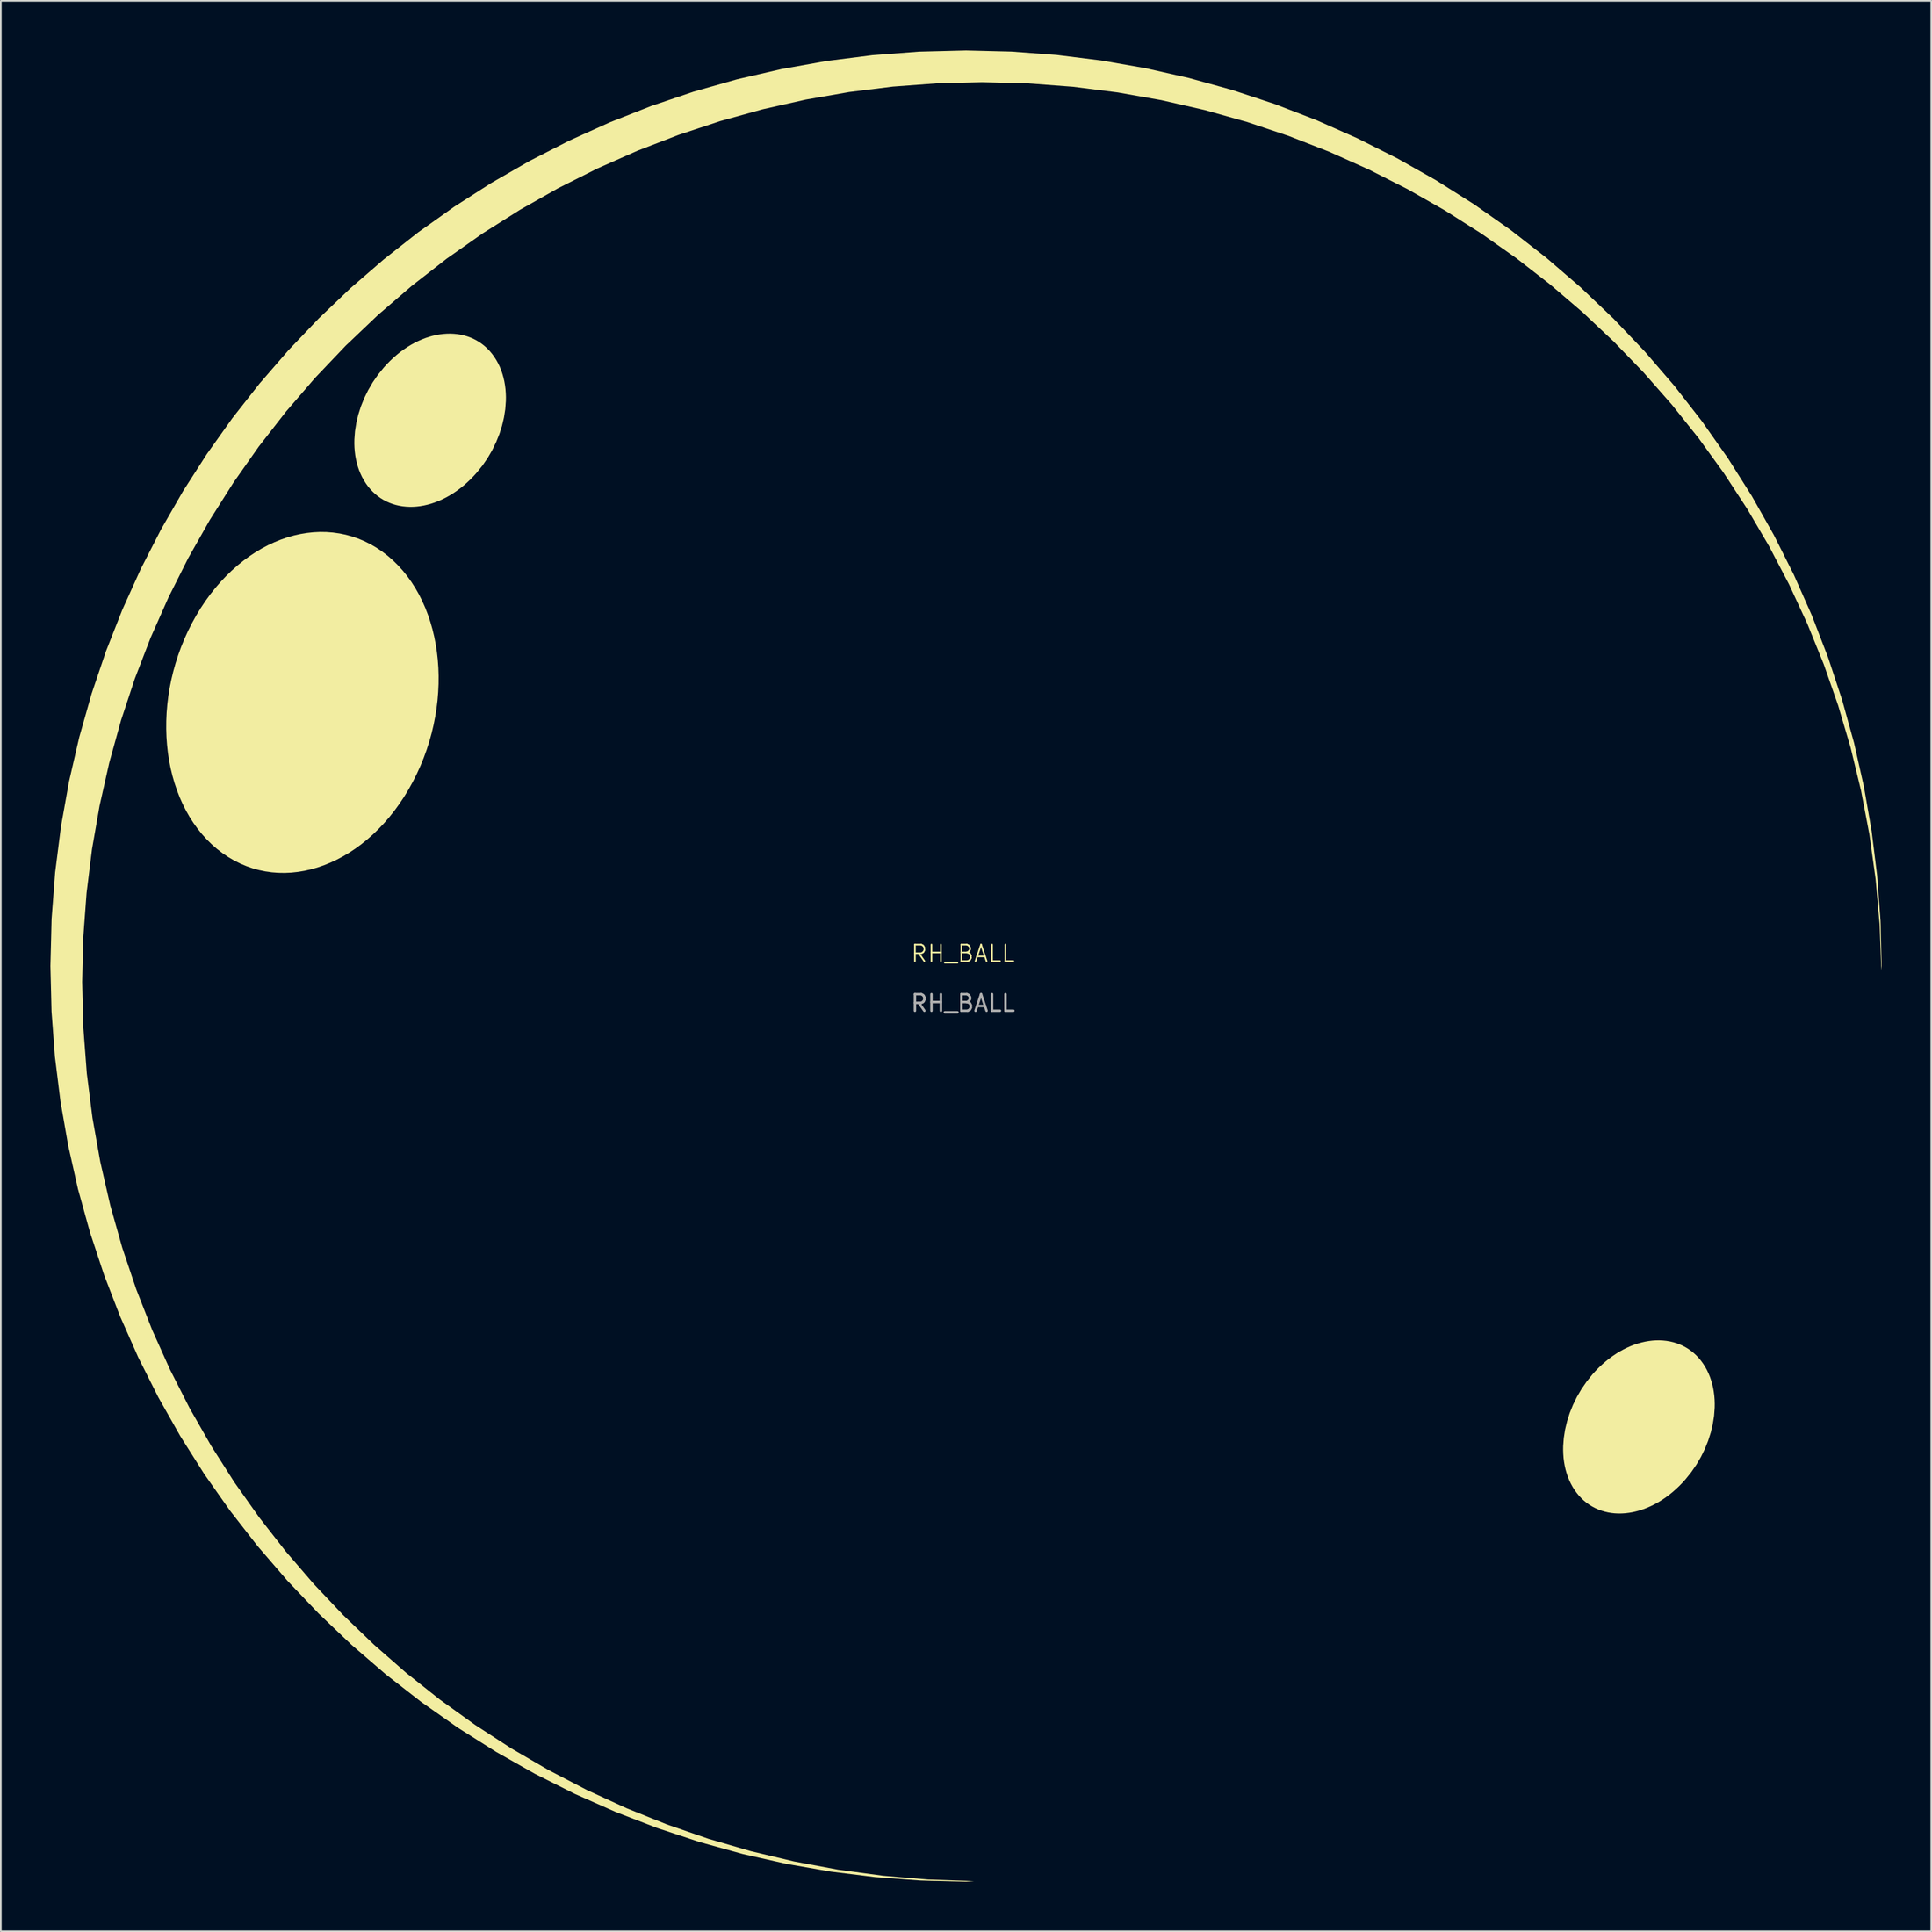
<source format=kicad_pcb>
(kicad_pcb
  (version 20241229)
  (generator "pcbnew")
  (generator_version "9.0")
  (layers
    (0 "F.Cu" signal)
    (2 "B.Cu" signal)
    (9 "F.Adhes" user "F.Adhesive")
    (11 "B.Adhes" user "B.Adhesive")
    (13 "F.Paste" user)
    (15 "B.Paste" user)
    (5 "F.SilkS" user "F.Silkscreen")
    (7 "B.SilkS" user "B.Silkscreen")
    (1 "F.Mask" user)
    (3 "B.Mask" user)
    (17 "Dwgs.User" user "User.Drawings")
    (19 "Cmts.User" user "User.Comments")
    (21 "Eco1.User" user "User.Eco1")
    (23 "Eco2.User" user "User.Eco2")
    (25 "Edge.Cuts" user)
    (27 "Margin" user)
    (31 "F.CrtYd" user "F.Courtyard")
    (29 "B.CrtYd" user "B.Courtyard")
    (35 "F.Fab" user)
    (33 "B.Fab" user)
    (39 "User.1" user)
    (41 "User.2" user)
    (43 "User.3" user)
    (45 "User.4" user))
  (footprint "RH_BALL"
    (layer "F.Cu")
    (at 55.198 55.132)
    (property "Reference" "RH_BALL" (at 0 -0.5 0) (unlocked yes) (layer "F.SilkS") (effects (font (size 1 1) (thickness 0.1))))
    (attr board_only exclude_from_pos_files exclude_from_bom)
    (fp_poly (pts (xy -30.772 -37.99) (xy -30.564 -37.968) (xy -30.361 -37.934) (xy -30.161 -37.888) (xy -29.966 -37.829) (xy -29.775 -37.759) (xy -29.59 -37.677) (xy -29.41 -37.582) (xy -29.236 -37.476) (xy -29.069 -37.357) (xy -28.908 -37.226) (xy -28.754 -37.083) (xy -28.608 -36.928) (xy -28.469 -36.76) (xy -28.34 -36.581) (xy -28.22 -36.391) (xy -28.111 -36.194) (xy -28.015 -35.991) (xy -27.929 -35.78) (xy -27.855 -35.564) (xy -27.793 -35.342) (xy -27.741 -35.116) (xy -27.7 -34.885) (xy -27.671 -34.649) (xy -27.652 -34.41) (xy -27.644 -34.168) (xy -27.647 -33.923) (xy -27.684 -33.427) (xy -27.763 -32.926) (xy -27.882 -32.423) (xy -28.042 -31.923) (xy -28.241 -31.429) (xy -28.479 -30.944) (xy -28.754 -30.472) (xy -29.067 -30.018) (xy -29.417 -29.584) (xy -29.605 -29.377) (xy -29.802 -29.175) (xy -30.005 -28.983) (xy -30.212 -28.803) (xy -30.422 -28.635) (xy -30.635 -28.479) (xy -30.85 -28.334) (xy -31.068 -28.201) (xy -31.287 -28.08) (xy -31.507 -27.971) (xy -31.728 -27.873) (xy -31.949 -27.788) (xy -32.17 -27.714) (xy -32.391 -27.653) (xy -32.611 -27.603) (xy -32.83 -27.565) (xy -33.048 -27.539) (xy -33.263 -27.525) (xy -33.476 -27.524) (xy -33.686 -27.534) (xy -33.894 -27.556) (xy -34.097 -27.59) (xy -34.297 -27.636) (xy -34.492 -27.694) (xy -34.683 -27.765) (xy -34.868 -27.847) (xy -35.048 -27.941) (xy -35.222 -28.048) (xy -35.389 -28.167) (xy -35.55 -28.298) (xy -35.704 -28.441) (xy -35.85 -28.596) (xy -35.989 -28.763) (xy -36.118 -28.943) (xy -36.238 -29.132) (xy -36.347 -29.329) (xy -36.443 -29.533) (xy -36.529 -29.743) (xy -36.603 -29.959) (xy -36.665 -30.181) (xy -36.717 -30.408) (xy -36.758 -30.639) (xy -36.787 -30.874) (xy -36.806 -31.113) (xy -36.814 -31.355) (xy -36.811 -31.6) (xy -36.774 -32.096) (xy -36.695 -32.597) (xy -36.576 -33.1) (xy -36.416 -33.601) (xy -36.217 -34.095) (xy -35.979 -34.58) (xy -35.704 -35.051) (xy -35.391 -35.506) (xy -35.041 -35.939) (xy -34.853 -36.147) (xy -34.656 -36.348) (xy -34.453 -36.54) (xy -34.246 -36.72) (xy -34.036 -36.889) (xy -33.823 -37.045) (xy -33.608 -37.19) (xy -33.39 -37.323) (xy -33.171 -37.444) (xy -32.951 -37.553) (xy -32.73 -37.65) (xy -32.509 -37.736) (xy -32.288 -37.809) (xy -32.067 -37.871) (xy -31.847 -37.921) (xy -31.628 -37.958) (xy -31.41 -37.984) (xy -31.195 -37.998) (xy -30.982 -38)) (stroke (width 0) (type solid)) (fill yes) (layer "F.SilkS"))
    (fp_poly (pts (xy 42.347 22.903) (xy 42.554 22.925) (xy 42.758 22.959) (xy 42.958 23.005) (xy 43.153 23.063) (xy 43.343 23.134) (xy 43.529 23.216) (xy 43.709 23.31) (xy 43.883 23.417) (xy 44.05 23.536) (xy 44.211 23.667) (xy 44.365 23.81) (xy 44.511 23.965) (xy 44.649 24.132) (xy 44.779 24.312) (xy 44.899 24.501) (xy 45.007 24.698) (xy 45.104 24.902) (xy 45.189 25.112) (xy 45.263 25.328) (xy 45.326 25.55) (xy 45.378 25.777) (xy 45.418 26.008) (xy 45.448 26.243) (xy 45.467 26.482) (xy 45.475 26.724) (xy 45.472 26.969) (xy 45.435 27.465) (xy 45.356 27.966) (xy 45.237 28.469) (xy 45.077 28.969) (xy 44.878 29.464) (xy 44.64 29.949) (xy 44.364 30.42) (xy 44.051 30.875) (xy 43.702 31.308) (xy 43.514 31.516) (xy 43.317 31.717) (xy 43.113 31.909) (xy 42.907 32.089) (xy 42.696 32.257) (xy 42.484 32.414) (xy 42.268 32.559) (xy 42.051 32.692) (xy 41.832 32.813) (xy 41.612 32.922) (xy 41.391 33.019) (xy 41.17 33.105) (xy 40.949 33.178) (xy 40.728 33.24) (xy 40.507 33.29) (xy 40.288 33.327) (xy 40.071 33.353) (xy 39.856 33.367) (xy 39.642 33.369) (xy 39.432 33.359) (xy 39.225 33.337) (xy 39.021 33.303) (xy 38.822 33.256) (xy 38.626 33.198) (xy 38.436 33.128) (xy 38.251 33.045) (xy 38.071 32.951) (xy 37.897 32.844) (xy 37.729 32.726) (xy 37.568 32.595) (xy 37.415 32.452) (xy 37.268 32.297) (xy 37.13 32.129) (xy 37 31.95) (xy 36.88 31.76) (xy 36.772 31.563) (xy 36.675 31.359) (xy 36.59 31.149) (xy 36.516 30.933) (xy 36.453 30.711) (xy 36.402 30.485) (xy 36.361 30.253) (xy 36.331 30.018) (xy 36.313 29.779) (xy 36.305 29.537) (xy 36.307 29.292) (xy 36.345 28.796) (xy 36.423 28.295) (xy 36.543 27.792) (xy 36.702 27.292) (xy 36.902 26.797) (xy 37.139 26.313) (xy 37.415 25.841) (xy 37.728 25.387) (xy 38.077 24.953) (xy 38.266 24.745) (xy 38.463 24.544) (xy 38.666 24.352) (xy 38.873 24.172) (xy 39.083 24.004) (xy 39.296 23.847) (xy 39.511 23.703) (xy 39.728 23.57) (xy 39.947 23.449) (xy 40.167 23.34) (xy 40.388 23.242) (xy 40.609 23.157) (xy 40.831 23.083) (xy 41.052 23.022) (xy 41.272 22.972) (xy 41.491 22.934) (xy 41.708 22.908) (xy 41.924 22.894) (xy 42.137 22.892)) (stroke (width 0) (type solid)) (fill yes) (layer "F.SilkS"))
    (fp_poly (pts (xy -38.5 -26) (xy -38.108 -25.97) (xy -37.718 -25.915) (xy -37.332 -25.836) (xy -36.95 -25.731) (xy -36.573 -25.6) (xy -36.202 -25.444) (xy -35.837 -25.262) (xy -35.479 -25.053) (xy -35.129 -24.818) (xy -34.792 -24.559) (xy -34.471 -24.28) (xy -34.168 -23.981) (xy -33.881 -23.664) (xy -33.612 -23.33) (xy -33.36 -22.979) (xy -33.126 -22.613) (xy -32.909 -22.231) (xy -32.71 -21.836) (xy -32.529 -21.427) (xy -32.365 -21.006) (xy -32.22 -20.574) (xy -32.093 -20.132) (xy -31.983 -19.679) (xy -31.893 -19.218) (xy -31.821 -18.749) (xy -31.767 -18.273) (xy -31.732 -17.791) (xy -31.717 -17.304) (xy -31.72 -16.812) (xy -31.742 -16.317) (xy -31.783 -15.82) (xy -31.844 -15.32) (xy -31.924 -14.82) (xy -32.023 -14.319) (xy -32.142 -13.82) (xy -32.281 -13.322) (xy -32.44 -12.827) (xy -32.619 -12.335) (xy -32.818 -11.848) (xy -33.038 -11.366) (xy -33.277 -10.891) (xy -33.534 -10.427) (xy -33.805 -9.982) (xy -34.089 -9.556) (xy -34.385 -9.149) (xy -34.693 -8.761) (xy -35.012 -8.393) (xy -35.342 -8.045) (xy -35.68 -7.716) (xy -36.028 -7.408) (xy -36.383 -7.121) (xy -36.746 -6.854) (xy -37.116 -6.609) (xy -37.491 -6.385) (xy -37.872 -6.183) (xy -38.257 -6.003) (xy -38.645 -5.845) (xy -39.037 -5.71) (xy -39.431 -5.597) (xy -39.826 -5.508) (xy -40.223 -5.442) (xy -40.619 -5.399) (xy -41.015 -5.38) (xy -41.41 -5.386) (xy -41.802 -5.416) (xy -42.192 -5.471) (xy -42.578 -5.55) (xy -42.96 -5.655) (xy -43.337 -5.786) (xy -43.708 -5.942) (xy -44.073 -6.124) (xy -44.431 -6.333) (xy -44.78 -6.568) (xy -45.118 -6.827) (xy -45.438 -7.106) (xy -45.742 -7.405) (xy -46.028 -7.722) (xy -46.297 -8.056) (xy -46.549 -8.407) (xy -46.784 -8.773) (xy -47 -9.155) (xy -47.2 -9.55) (xy -47.381 -9.959) (xy -47.544 -10.38) (xy -47.69 -10.812) (xy -47.817 -11.254) (xy -47.926 -11.707) (xy -48.017 -12.168) (xy -48.089 -12.637) (xy -48.142 -13.113) (xy -48.177 -13.595) (xy -48.193 -14.082) (xy -48.19 -14.574) (xy -48.168 -15.069) (xy -48.127 -15.566) (xy -48.066 -16.066) (xy -47.986 -16.566) (xy -47.886 -17.067) (xy -47.767 -17.566) (xy -47.628 -18.064) (xy -47.469 -18.559) (xy -47.29 -19.051) (xy -47.091 -19.538) (xy -46.872 -20.02) (xy -46.632 -20.495) (xy -46.375 -20.959) (xy -46.105 -21.404) (xy -45.821 -21.83) (xy -45.524 -22.237) (xy -45.216 -22.625) (xy -44.897 -22.993) (xy -44.568 -23.341) (xy -44.229 -23.67) (xy -43.882 -23.978) (xy -43.526 -24.265) (xy -43.163 -24.532) (xy -42.794 -24.777) (xy -42.419 -25.001) (xy -42.038 -25.203) (xy -41.653 -25.383) (xy -41.264 -25.541) (xy -40.873 -25.676) (xy -40.479 -25.789) (xy -40.083 -25.878) (xy -39.687 -25.944) (xy -39.29 -25.987) (xy -38.894 -26.006)) (stroke (width 0) (type solid)) (fill yes) (layer "F.SilkS"))
    (fp_poly (pts (xy 2.933 -55.064) (xy 5.661 -54.861) (xy 8.366 -54.525) (xy 11.043 -54.058) (xy 13.687 -53.461) (xy 16.295 -52.738) (xy 18.861 -51.889) (xy 21.382 -50.916) (xy 23.852 -49.821) (xy 26.267 -48.607) (xy 28.623 -47.275) (xy 30.915 -45.826) (xy 33.138 -44.264) (xy 35.288 -42.589) (xy 37.36 -40.804) (xy 39.35 -38.91) (xy 41.244 -36.92) (xy 43.029 -34.847) (xy 44.704 -32.697) (xy 46.267 -30.474) (xy 47.715 -28.183) (xy 49.047 -25.827) (xy 50.262 -23.412) (xy 51.356 -20.942) (xy 52.329 -18.421) (xy 53.178 -15.855) (xy 53.902 -13.247) (xy 54.498 -10.602) (xy 54.965 -7.925) (xy 55.301 -5.221) (xy 55.504 -2.493) (xy 55.572 0.254) (xy 55.554 0.499) (xy 55.448 -2.275) (xy 55.206 -5.011) (xy 54.831 -7.706) (xy 54.325 -10.357) (xy 53.694 -12.96) (xy 52.94 -15.513) (xy 52.066 -18.011) (xy 51.075 -20.452) (xy 49.972 -22.833) (xy 48.759 -25.149) (xy 47.44 -27.398) (xy 46.018 -29.577) (xy 44.497 -31.681) (xy 42.879 -33.708) (xy 41.169 -35.655) (xy 39.369 -37.518) (xy 37.484 -39.293) (xy 35.515 -40.978) (xy 33.467 -42.57) (xy 31.343 -44.064) (xy 29.147 -45.457) (xy 26.881 -46.747) (xy 24.549 -47.93) (xy 22.154 -49.003) (xy 19.701 -49.961) (xy 17.191 -50.803) (xy 14.629 -51.524) (xy 12.018 -52.122) (xy 9.36 -52.593) (xy 6.661 -52.934) (xy 3.922 -53.141) (xy 1.147 -53.211) (xy -1.551 -53.144) (xy -4.232 -52.945) (xy -6.889 -52.615) (xy -9.52 -52.156) (xy -12.119 -51.57) (xy -14.681 -50.859) (xy -17.203 -50.024) (xy -19.68 -49.068) (xy -22.107 -47.993) (xy -24.481 -46.8) (xy -26.795 -45.49) (xy -29.047 -44.067) (xy -31.232 -42.532) (xy -33.345 -40.886) (xy -35.381 -39.132) (xy -37.337 -37.271) (xy -39.198 -35.315) (xy -40.952 -33.279) (xy -42.598 -31.166) (xy -44.133 -28.981) (xy -45.557 -26.729) (xy -46.866 -24.415) (xy -48.059 -22.041) (xy -49.134 -19.614) (xy -50.09 -17.137) (xy -50.925 -14.615) (xy -51.636 -12.053) (xy -52.222 -9.454) (xy -52.681 -6.823) (xy -53.011 -4.166) (xy -53.21 -1.485) (xy -53.277 1.214) (xy -53.206 3.996) (xy -52.997 6.742) (xy -52.653 9.449) (xy -52.179 12.112) (xy -51.577 14.73) (xy -50.851 17.298) (xy -50.004 19.813) (xy -49.04 22.271) (xy -47.961 24.67) (xy -46.772 27.006) (xy -45.475 29.275) (xy -44.074 31.475) (xy -42.572 33.601) (xy -40.972 35.651) (xy -39.279 37.62) (xy -37.495 39.507) (xy -35.623 41.306) (xy -33.668 43.016) (xy -31.631 44.632) (xy -29.517 46.151) (xy -27.329 47.571) (xy -25.071 48.886) (xy -22.745 50.095) (xy -20.355 51.193) (xy -17.905 52.178) (xy -15.397 53.045) (xy -12.835 53.792) (xy -10.222 54.416) (xy -7.563 54.912) (xy -4.859 55.278) (xy -2.115 55.509) (xy 0.667 55.604) (xy 0.427 55.622) (xy 0.187 55.638) (xy -2.559 55.57) (xy -5.287 55.367) (xy -7.992 55.031) (xy -10.669 54.564) (xy -13.313 53.968) (xy -15.921 53.244) (xy -18.487 52.395) (xy -21.008 51.422) (xy -23.478 50.328) (xy -25.893 49.114) (xy -28.249 47.781) (xy -30.541 46.333) (xy -32.764 44.77) (xy -34.914 43.096) (xy -36.986 41.31) (xy -38.976 39.416) (xy -40.87 37.426) (xy -42.655 35.354) (xy -44.33 33.204) (xy -45.893 30.981) (xy -47.341 28.689) (xy -48.673 26.334) (xy -49.888 23.918) (xy -50.982 21.448) (xy -51.955 18.928) (xy -52.804 16.361) (xy -53.528 13.753) (xy -54.124 11.109) (xy -54.591 8.432) (xy -54.927 5.727) (xy -55.13 2.999) (xy -55.198 0.253) (xy -55.126 -2.597) (xy -54.912 -5.41) (xy -54.56 -8.182) (xy -54.073 -10.909) (xy -53.454 -13.588) (xy -52.708 -16.217) (xy -51.837 -18.79) (xy -50.846 -21.305) (xy -49.736 -23.759) (xy -48.513 -26.147) (xy -47.18 -28.466) (xy -45.739 -30.713) (xy -44.195 -32.885) (xy -42.551 -34.977) (xy -40.81 -36.986) (xy -38.976 -38.91) (xy -37.053 -40.744) (xy -35.043 -42.484) (xy -32.951 -44.129) (xy -30.779 -45.673) (xy -28.532 -47.113) (xy -26.213 -48.447) (xy -23.825 -49.67) (xy -21.371 -50.779) (xy -18.856 -51.771) (xy -16.283 -52.642) (xy -13.655 -53.388) (xy -10.975 -54.006) (xy -8.248 -54.494) (xy -5.476 -54.846) (xy -2.663 -55.06) (xy 0.187 -55.132) (xy 0.187 -55.132)) (stroke (width 0) (type solid)) (fill yes) (layer "F.SilkS"))
    (fp_text user "${REFERENCE}" (at 0 2.5 0) (unlocked yes) (layer "F.Fab") (effects (font (size 1 1) (thickness 0.15)))))
  (gr_rect
    (start -3 -3)
    (end 113.77 113.77)
    (stroke (width 0.1) (type default))
    (fill no)
    (layer "Edge.Cuts")))
</source>
